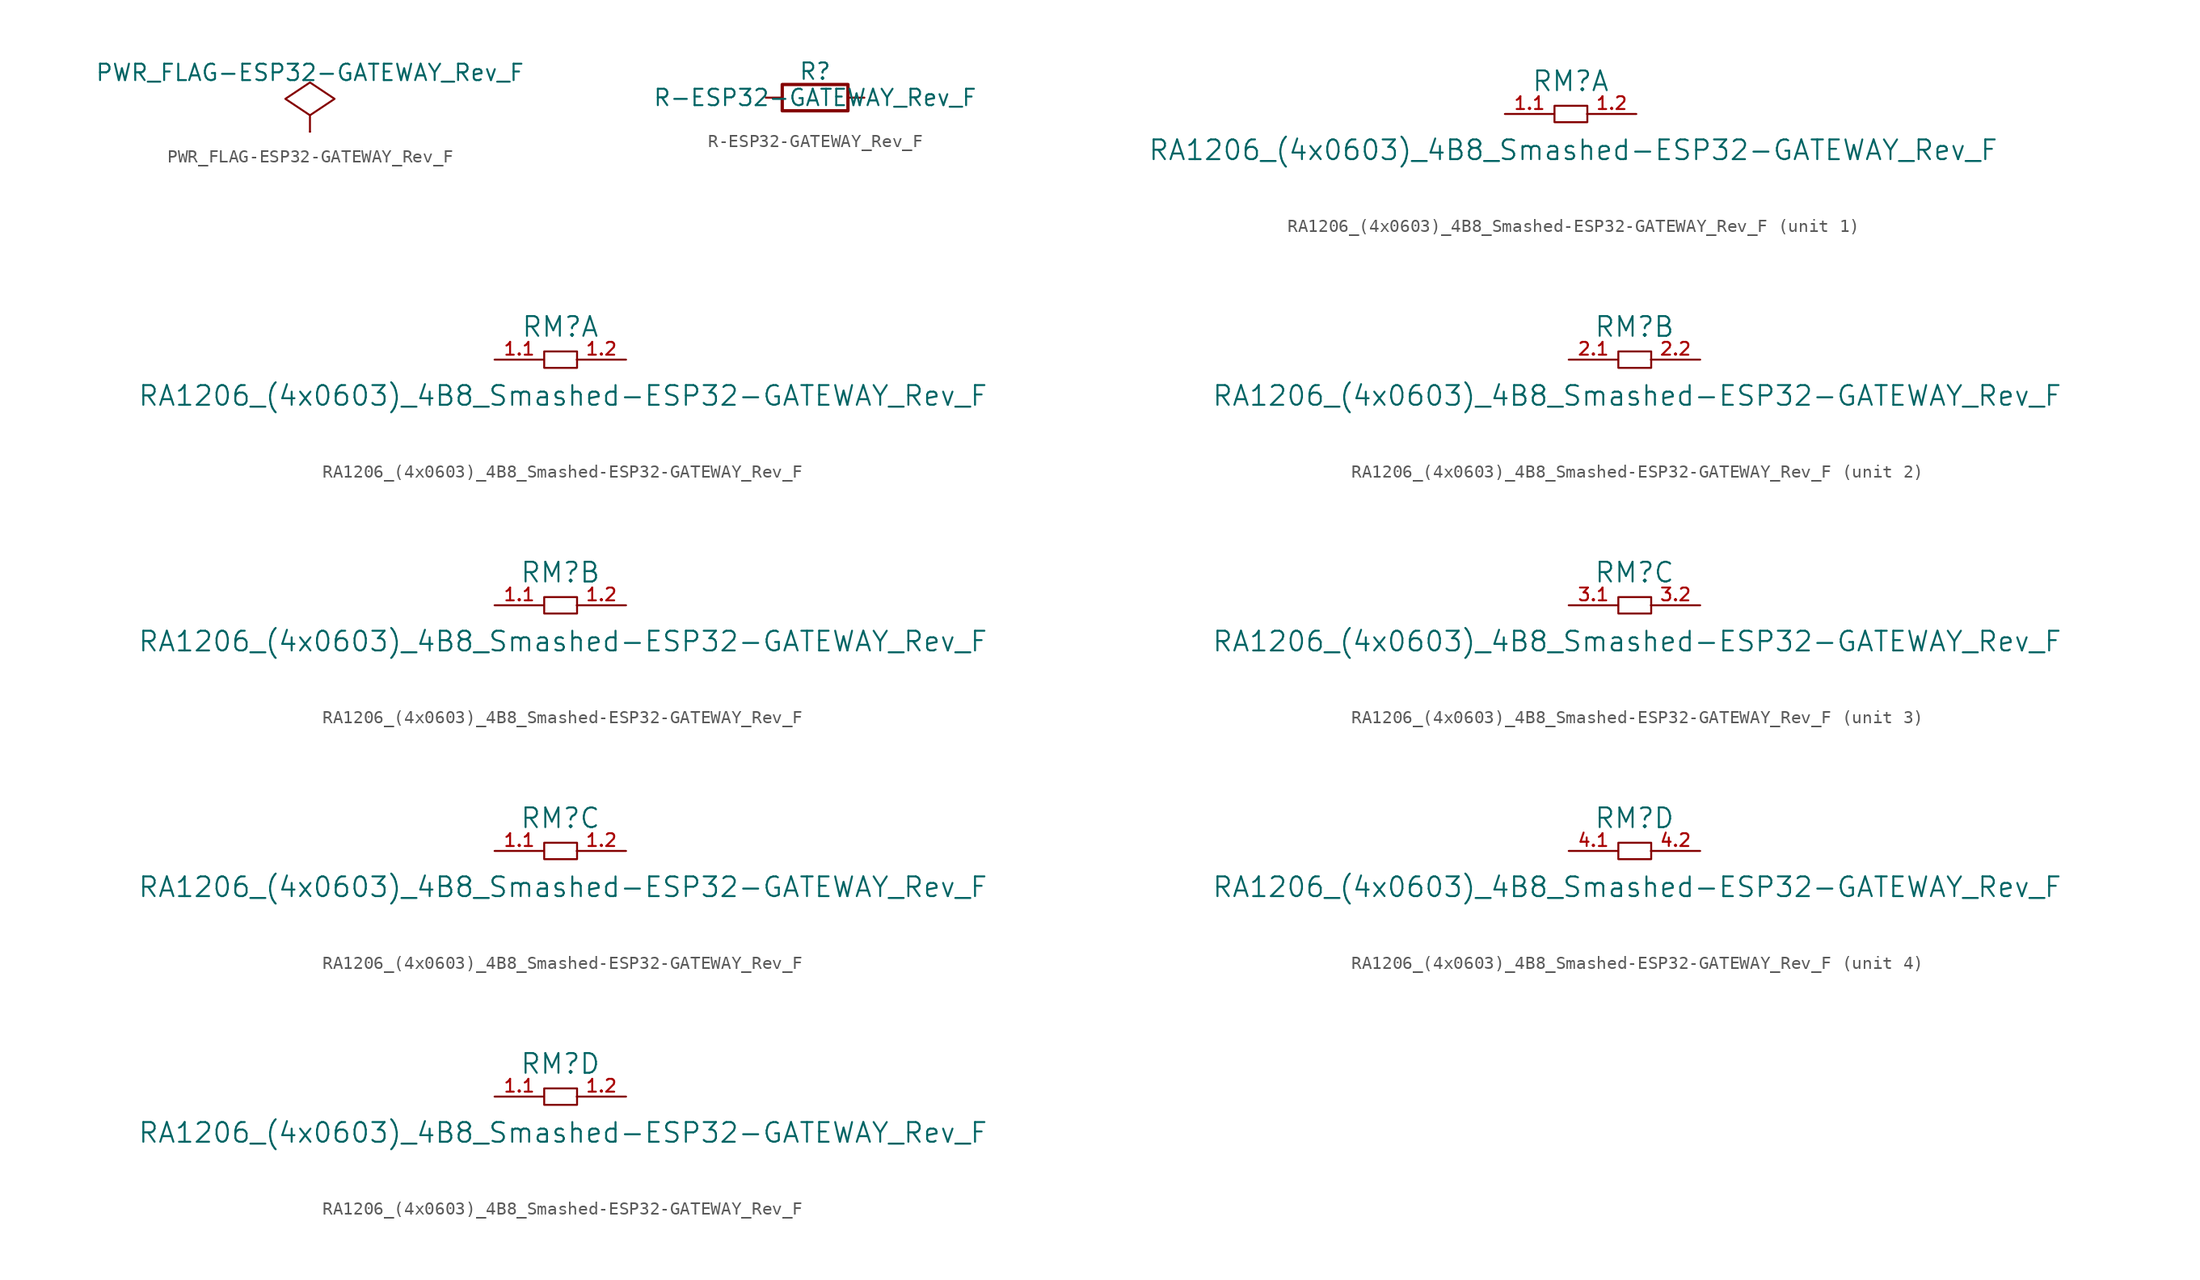
<source format=kicad_sym>
(kicad_symbol_lib
  (version 20220914)
  (generator kicad_symbol_editor)
  (symbol "PWR_FLAG-ESP32-GATEWAY_Rev_F"
    (power)
    (pin_numbers hide)
    (pin_names
      (offset 0) hide)
    (property "Reference" "#FLG"
      (at 0 2.413 0)
      (effects (font (size 1.27 1.27)) hide))
    (property "Value" "PWR_FLAG-ESP32-GATEWAY_Rev_F"
      (at 0 4.572 0)
      (effects (font (size 1.27 1.27))))
    (property "Footprint" ""
      (at 0 0 0)
      (effects (font (size 1.524 1.524))))
    (property "Datasheet" ""
      (at 0 0 0)
      (effects (font (size 1.524 1.524))))
    (symbol "PWR_FLAG-ESP32-GATEWAY_Rev_F_0_0"
      (pin power_out line (at 0 0 90) (length 0) (name "pwr" (effects (font (size 0.508 0.508)))) (number "1" (effects (font (size 0.508 0.508))))))
    (symbol "PWR_FLAG-ESP32-GATEWAY_Rev_F_0_1"
      (polyline (pts (xy 0 0) (xy 0 1.27) (xy -1.905 2.54) (xy 0 3.81) (xy 1.905 2.54) (xy 0 1.27)) (stroke (width 0) (type solid)) (fill (type none)))))
  (symbol "R-ESP32-GATEWAY_Rev_F"
    (pin_numbers hide)
    (pin_names
      (offset 0))
    (property "Reference" "R"
      (at 0 2.032 0)
      (effects (font (size 1.27 1.27))))
    (property "Value" "R-ESP32-GATEWAY_Rev_F"
      (at 0 0 0)
      (effects (font (size 1.27 1.27))))
    (property "Footprint" ""
      (at 0 -1.778 0)
      (effects (font (size 0.762 0.762))))
    (property "Datasheet" ""
      (at 0 0 90)
      (effects (font (size 0.762 0.762))))
    (symbol "R-ESP32-GATEWAY_Rev_F_0_1"
      (rectangle (start 2.54 -1.016) (end -2.54 1.016) (stroke (width 0.254) (type solid)) (fill (type none))))
    (symbol "R-ESP32-GATEWAY_Rev_F_1_1"
      (pin passive line (at -3.81 0 0) (length 1.27) (name "~" (effects (font (size 1.524 1.524)))) (number "1" (effects (font (size 1.524 1.524)))))
      (pin passive line (at 3.81 0 180) (length 1.27) (name "~" (effects (font (size 1.524 1.524)))) (number "2" (effects (font (size 1.524 1.524)))))))
  (symbol "RA1206_(4x0603)_4B8_Smashed-ESP32-GATEWAY_Rev_F"
    (pin_names
      (offset 1.016))
    (property "Reference" "RM"
      (at 0 6.35 0)
      (effects (font (size 1.524 1.524))))
    (property "Value" "RA1206_(4x0603)_4B8_Smashed-ESP32-GATEWAY_Rev_F"
      (at 0.203 1.016 0)
      (effects (font (size 1.524 1.524))))
    (property "Footprint" ""
      (at 1.27 -2.54 0)
      (effects (font (size 1.524 1.524))))
    (property "Datasheet" ""
      (at 1.27 -2.54 0)
      (effects (font (size 1.524 1.524))))
    (symbol "RA1206_(4x0603)_4B8_Smashed-ESP32-GATEWAY_Rev_F_0_0"
      (rectangle (start -1.245 4.445) (end 1.295 3.175) (stroke (width 0) (type solid)) (fill (type none))))
    (symbol "RA1206_(4x0603)_4B8_Smashed-ESP32-GATEWAY_Rev_F_1_1"
      (pin passive line (at -5.08 3.81 0) (length 3.81) (name "~" (effects (font (size 0.991 0.991)))) (number "1.1" (effects (font (size 0.991 0.991)))))
      (pin passive line (at 5.08 3.81 180) (length 3.81) (name "~" (effects (font (size 0.991 0.991)))) (number "1.2" (effects (font (size 0.991 0.991))))))
    (symbol "RA1206_(4x0603)_4B8_Smashed-ESP32-GATEWAY_Rev_F_1_2"
      (pin passive line (at -5.08 3.81 0) (length 3.81) (name "~" (effects (font (size 0.991 0.991)))) (number "1.1" (effects (font (size 0.991 0.991)))))
      (pin passive line (at 5.08 3.81 180) (length 3.81) (name "~" (effects (font (size 0.991 0.991)))) (number "1.2" (effects (font (size 0.991 0.991))))))
    (symbol "RA1206_(4x0603)_4B8_Smashed-ESP32-GATEWAY_Rev_F_2_1"
      (pin passive line (at -5.08 3.81 0) (length 3.81) (name "~" (effects (font (size 0.991 0.991)))) (number "2.1" (effects (font (size 0.991 0.991)))))
      (pin passive line (at 5.08 3.81 180) (length 3.81) (name "~" (effects (font (size 0.991 0.991)))) (number "2.2" (effects (font (size 0.991 0.991))))))
    (symbol "RA1206_(4x0603)_4B8_Smashed-ESP32-GATEWAY_Rev_F_2_2"
      (pin passive line (at -5.08 3.81 0) (length 3.81) (name "~" (effects (font (size 0.991 0.991)))) (number "1.1" (effects (font (size 0.991 0.991)))))
      (pin passive line (at 5.08 3.81 180) (length 3.81) (name "~" (effects (font (size 0.991 0.991)))) (number "1.2" (effects (font (size 0.991 0.991))))))
    (symbol "RA1206_(4x0603)_4B8_Smashed-ESP32-GATEWAY_Rev_F_3_1"
      (pin passive line (at -5.08 3.81 0) (length 3.81) (name "~" (effects (font (size 0.991 0.991)))) (number "3.1" (effects (font (size 0.991 0.991)))))
      (pin passive line (at 5.08 3.81 180) (length 3.81) (name "~" (effects (font (size 0.991 0.991)))) (number "3.2" (effects (font (size 0.991 0.991))))))
    (symbol "RA1206_(4x0603)_4B8_Smashed-ESP32-GATEWAY_Rev_F_3_2"
      (pin passive line (at -5.08 3.81 0) (length 3.81) (name "~" (effects (font (size 0.991 0.991)))) (number "1.1" (effects (font (size 0.991 0.991)))))
      (pin passive line (at 5.08 3.81 180) (length 3.81) (name "~" (effects (font (size 0.991 0.991)))) (number "1.2" (effects (font (size 0.991 0.991))))))
    (symbol "RA1206_(4x0603)_4B8_Smashed-ESP32-GATEWAY_Rev_F_4_1"
      (pin passive line (at -5.08 3.81 0) (length 3.81) (name "~" (effects (font (size 0.991 0.991)))) (number "4.1" (effects (font (size 0.991 0.991)))))
      (pin passive line (at 5.08 3.81 180) (length 3.81) (name "~" (effects (font (size 0.991 0.991)))) (number "4.2" (effects (font (size 0.991 0.991))))))
    (symbol "RA1206_(4x0603)_4B8_Smashed-ESP32-GATEWAY_Rev_F_4_2"
      (pin passive line (at -5.08 3.81 0) (length 3.81) (name "~" (effects (font (size 0.991 0.991)))) (number "1.1" (effects (font (size 0.991 0.991)))))
      (pin passive line (at 5.08 3.81 180) (length 3.81) (name "~" (effects (font (size 0.991 0.991)))) (number "1.2" (effects (font (size 0.991 0.991))))))))
</source>
